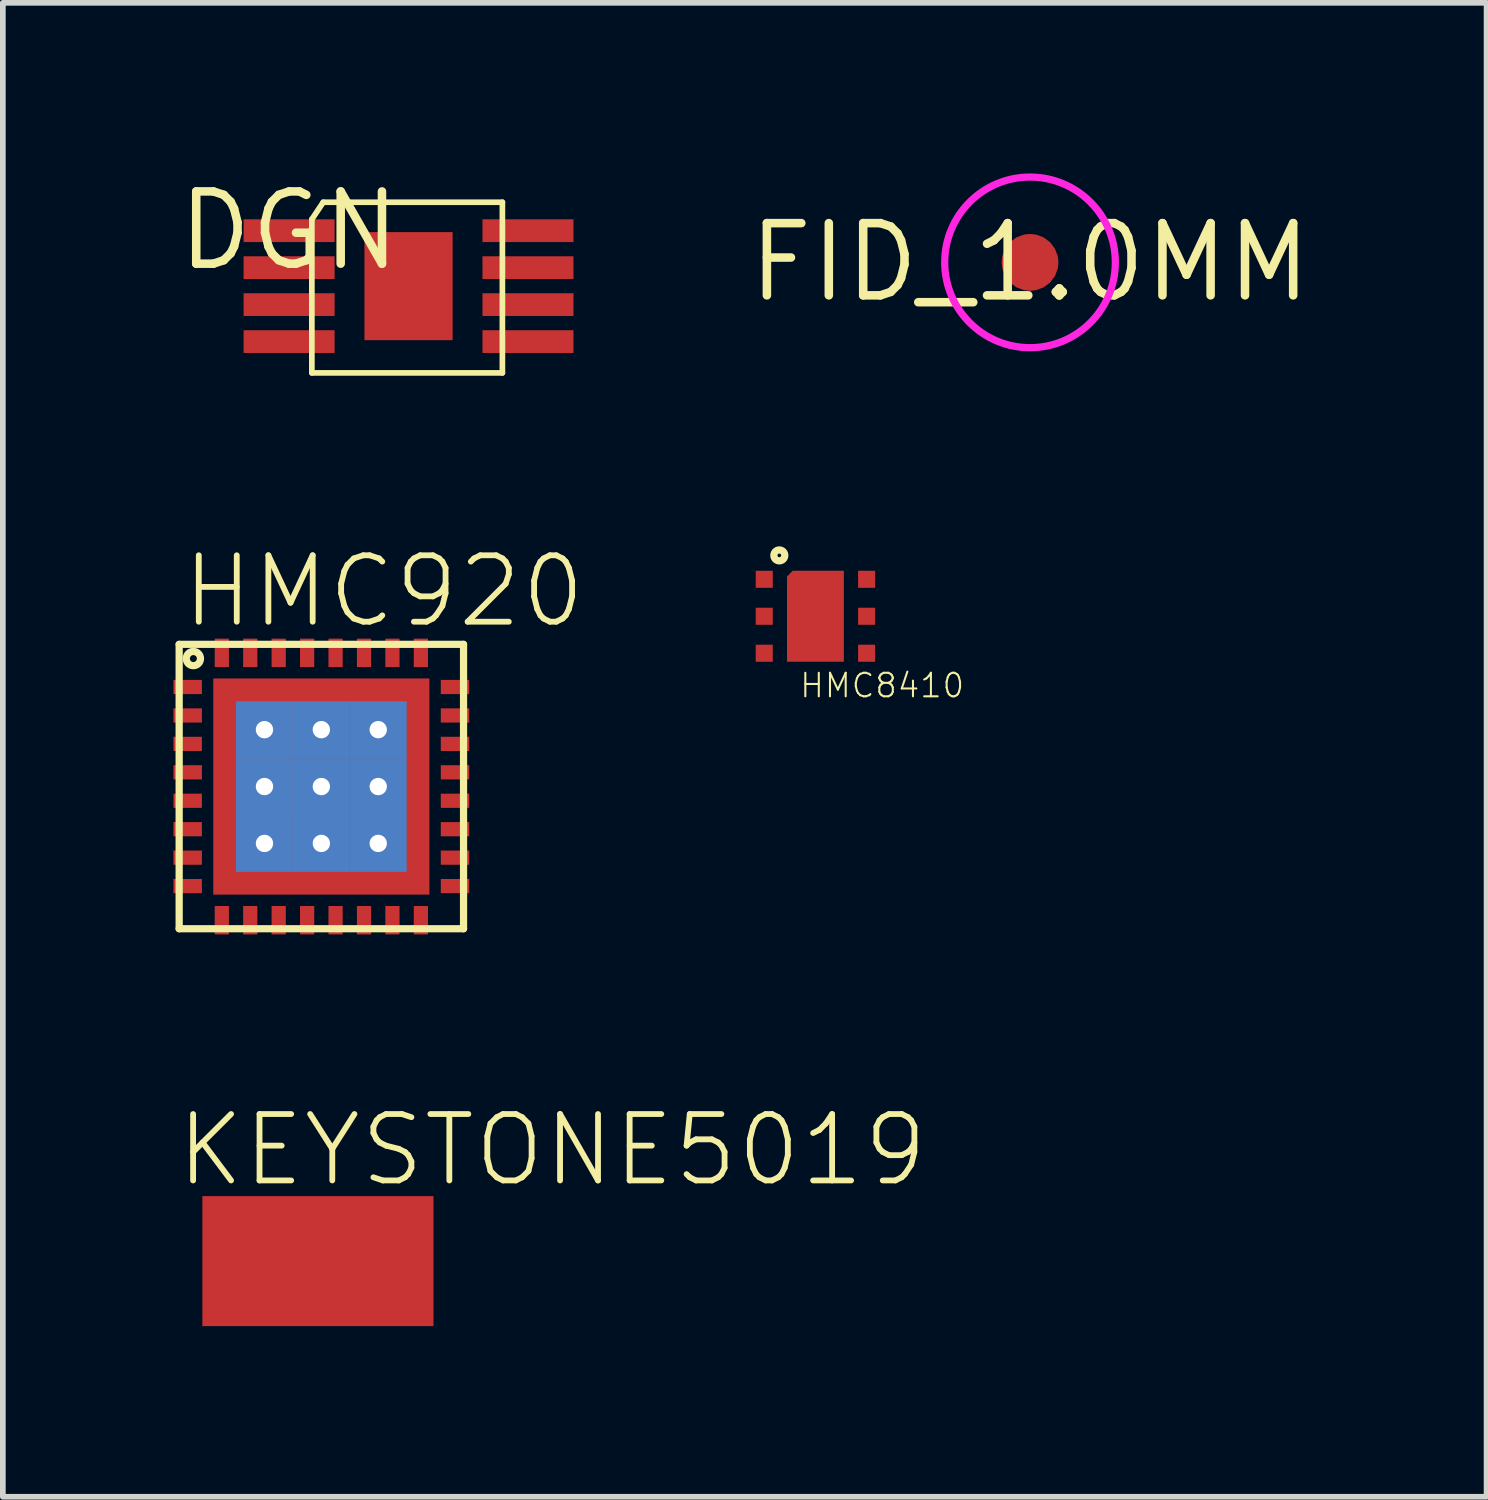
<source format=kicad_pcb>
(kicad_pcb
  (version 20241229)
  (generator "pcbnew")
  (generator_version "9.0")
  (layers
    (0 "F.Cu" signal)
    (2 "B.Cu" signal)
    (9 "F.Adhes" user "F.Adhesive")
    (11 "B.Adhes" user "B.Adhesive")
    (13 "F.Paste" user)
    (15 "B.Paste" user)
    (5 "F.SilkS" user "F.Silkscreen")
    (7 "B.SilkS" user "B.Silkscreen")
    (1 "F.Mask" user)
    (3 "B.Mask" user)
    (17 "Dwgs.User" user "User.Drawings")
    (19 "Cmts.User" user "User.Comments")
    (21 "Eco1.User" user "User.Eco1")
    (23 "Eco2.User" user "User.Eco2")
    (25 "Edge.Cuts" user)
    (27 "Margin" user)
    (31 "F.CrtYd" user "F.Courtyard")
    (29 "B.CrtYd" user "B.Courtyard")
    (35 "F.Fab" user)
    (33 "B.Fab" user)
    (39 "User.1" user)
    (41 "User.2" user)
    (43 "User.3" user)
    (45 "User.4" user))
  (footprint "DGN"
    (layer "F.Cu")
    (at 2.033 1.006)
    (property "Reference" "DGN" (at 0 0 0) (layer "F.SilkS") (effects (font (size 1.27 1.27) (thickness 0.15))))
    (fp_line (start 0.4 -0.2) (end 0.4 2.5) (stroke (width 0.1) (type solid)) (layer "F.SilkS"))
    (fp_line (start 0.4 2.5) (end 3.75 2.5) (stroke (width 0.1) (type solid)) (layer "F.SilkS"))
    (fp_line (start 0.6 -0.5) (end 0.4 -0.2) (stroke (width 0.1) (type solid)) (layer "F.SilkS"))
    (fp_line (start 3.75 -0.5) (end 0.6 -0.5) (stroke (width 0.1) (type solid)) (layer "F.SilkS"))
    (fp_line (start 3.75 2.5) (end 3.75 -0.5) (stroke (width 0.1) (type solid)) (layer "F.SilkS"))
    (pad "DNC" smd rect (at 4.2 0.65 270) (size 0.4 1.6) (layers "F.Cu" "F.Mask" "F.Paste"))
    (pad "EN" smd rect (at 4.2 1.95 270) (size 0.4 1.6) (layers "F.Cu" "F.Mask" "F.Paste"))
    (pad "FB" smd rect (at 0 0.65 270) (size 0.4 1.6) (layers "F.Cu" "F.Mask" "F.Paste"))
    (pad "GND" smd rect (at 2.1 0.975) (size 1.55 1.9) (layers "F.Cu" "F.Mask" "F.Paste"))
    (pad "GND1" smd rect (at 0 1.95 270) (size 0.4 1.6) (layers "F.Cu" "F.Mask" "F.Paste"))
    (pad "IN" smd rect (at 4.2 0 270) (size 0.4 1.6) (layers "F.Cu" "F.Mask" "F.Paste"))
    (pad "NC" smd rect (at 0 1.3 270) (size 0.4 1.6) (layers "F.Cu" "F.Mask" "F.Paste"))
    (pad "NR/SS" smd rect (at 4.2 1.3 270) (size 0.4 1.6) (layers "F.Cu" "F.Mask" "F.Paste"))
    (pad "OUT" smd rect (at 0 0 270) (size 0.4 1.6) (layers "F.Cu" "F.Mask" "F.Paste")))
  (footprint "KEYSTONE5019"
    (layer "F.Cu")
    (at 2.54 19.123)
    (property "Reference" "KEYSTONE5019" (at -2.54 -1.27 0) (layer "F.SilkS") (effects (font (size 1.168 1.168) (thickness 0.102)) (justify left bottom)))
    (pad "P$1" smd rect (at 0 0) (size 4.064 2.286) (layers "F.Cu" "F.Mask" "F.Paste")))
  (footprint "HMC920"
    (layer "F.Cu")
    (at 2.6 10.779)
    (property "Reference" "HMC920" (at -2.5 -2.75 0) (layer "F.SilkS") (effects (font (size 1.168 1.168) (thickness 0.102)) (justify left bottom)))
    (fp_line (start -2.5 -2.5) (end 2.5 -2.5) (stroke (width 0.127) (type solid)) (layer "F.SilkS"))
    (fp_line (start -2.5 2.5) (end -2.5 -2.5) (stroke (width 0.127) (type solid)) (layer "F.SilkS"))
    (fp_line (start 2.5 -2.5) (end 2.5 2.5) (stroke (width 0.127) (type solid)) (layer "F.SilkS"))
    (fp_line (start 2.5 2.5) (end -2.5 2.5) (stroke (width 0.127) (type solid)) (layer "F.SilkS"))
    (fp_circle (center -2.25 -2.25) (end -2.125 -2.25) (stroke (width 0.127) (type solid)) (fill no) (layer "F.SilkS"))
    (fp_poly (pts (xy -1.7 -1.15) (xy -1.15 -1.15) (xy -1.15 -1.7) (xy -1.7 -1.7)) (stroke (width 0) (type solid)) (fill yes) (layer "F.Paste"))
    (fp_poly (pts (xy -1.7 1.7) (xy -1.15 1.7) (xy -1.15 1.15) (xy -1.7 1.15)) (stroke (width 0) (type solid)) (fill yes) (layer "F.Paste"))
    (fp_poly (pts (xy -1 -0.25) (xy -1 -0.75) (xy -1.7 -0.75) (xy -1.7 -0.25)) (stroke (width 0) (type solid)) (fill yes) (layer "F.Paste"))
    (fp_poly (pts (xy -1 0.75) (xy -1 0.25) (xy -1.7 0.25) (xy -1.7 0.75)) (stroke (width 0) (type solid)) (fill yes) (layer "F.Paste"))
    (fp_poly (pts (xy -0.75 -1) (xy -0.25 -1) (xy -0.25 -1.7) (xy -0.75 -1.7)) (stroke (width 0) (type solid)) (fill yes) (layer "F.Paste"))
    (fp_poly (pts (xy -0.75 -0.75) (xy -0.75 -0.25) (xy -0.25 -0.25) (xy -0.25 -0.75)) (stroke (width 0) (type solid)) (fill yes) (layer "F.Paste"))
    (fp_poly (pts (xy -0.75 0.25) (xy -0.75 0.75) (xy -0.25 0.75) (xy -0.25 0.25)) (stroke (width 0) (type solid)) (fill yes) (layer "F.Paste"))
    (fp_poly (pts (xy -0.25 1) (xy -0.75 1) (xy -0.75 1.7) (xy -0.25 1.7)) (stroke (width 0) (type solid)) (fill yes) (layer "F.Paste"))
    (fp_poly (pts (xy 0.25 -1) (xy 0.75 -1) (xy 0.75 -1.7) (xy 0.25 -1.7)) (stroke (width 0) (type solid)) (fill yes) (layer "F.Paste"))
    (fp_poly (pts (xy 0.25 -0.75) (xy 0.25 -0.25) (xy 0.75 -0.25) (xy 0.75 -0.75)) (stroke (width 0) (type solid)) (fill yes) (layer "F.Paste"))
    (fp_poly (pts (xy 0.25 0.25) (xy 0.25 0.75) (xy 0.75 0.75) (xy 0.75 0.25)) (stroke (width 0) (type solid)) (fill yes) (layer "F.Paste"))
    (fp_poly (pts (xy 0.75 1) (xy 0.25 1) (xy 0.25 1.7) (xy 0.75 1.7)) (stroke (width 0) (type solid)) (fill yes) (layer "F.Paste"))
    (fp_poly (pts (xy 1.15 -1.15) (xy 1.7 -1.15) (xy 1.7 -1.7) (xy 1.15 -1.7)) (stroke (width 0) (type solid)) (fill yes) (layer "F.Paste"))
    (fp_poly (pts (xy 1.15 1.7) (xy 1.7 1.7) (xy 1.7 1.15) (xy 1.15 1.15)) (stroke (width 0) (type solid)) (fill yes) (layer "F.Paste"))
    (fp_poly (pts (xy 1.7 -0.25) (xy 1.7 -0.75) (xy 1 -0.75) (xy 1 -0.25)) (stroke (width 0) (type solid)) (fill yes) (layer "F.Paste"))
    (fp_poly (pts (xy 1.7 0.75) (xy 1.7 0.25) (xy 1 0.25) (xy 1 0.75)) (stroke (width 0) (type solid)) (fill yes) (layer "F.Paste"))
    (pad "1" smd rect (at -2.35 -1.75) (size 0.5 0.25) (layers "F.Cu" "F.Mask" "F.Paste"))
    (pad "2" smd rect (at -2.35 -1.25) (size 0.5 0.25) (layers "F.Cu" "F.Mask" "F.Paste"))
    (pad "3" smd rect (at -2.35 -0.75) (size 0.5 0.25) (layers "F.Cu" "F.Mask" "F.Paste"))
    (pad "4" smd rect (at -2.35 -0.25) (size 0.5 0.25) (layers "F.Cu" "F.Mask" "F.Paste"))
    (pad "5" smd rect (at -2.35 0.25) (size 0.5 0.25) (layers "F.Cu" "F.Mask" "F.Paste"))
    (pad "6" smd rect (at -2.35 0.75) (size 0.5 0.25) (layers "F.Cu" "F.Mask" "F.Paste"))
    (pad "7" smd rect (at -2.35 1.25) (size 0.5 0.25) (layers "F.Cu" "F.Mask" "F.Paste"))
    (pad "8" smd rect (at -2.35 1.75) (size 0.5 0.25) (layers "F.Cu" "F.Mask" "F.Paste"))
    (pad "9" smd rect (at -1.75 2.35 90) (size 0.5 0.25) (layers "F.Cu" "F.Mask" "F.Paste"))
    (pad "10" smd rect (at -1.25 2.35 90) (size 0.5 0.25) (layers "F.Cu" "F.Mask" "F.Paste"))
    (pad "11" smd rect (at -0.75 2.35 90) (size 0.5 0.25) (layers "F.Cu" "F.Mask" "F.Paste"))
    (pad "12" smd rect (at -0.25 2.35 90) (size 0.5 0.25) (layers "F.Cu" "F.Mask" "F.Paste"))
    (pad "13" smd rect (at 0.25 2.35 90) (size 0.5 0.25) (layers "F.Cu" "F.Mask" "F.Paste"))
    (pad "14" smd rect (at 0.75 2.35 90) (size 0.5 0.25) (layers "F.Cu" "F.Mask" "F.Paste"))
    (pad "15" smd rect (at 1.25 2.35 90) (size 0.5 0.25) (layers "F.Cu" "F.Mask" "F.Paste"))
    (pad "16" smd rect (at 1.75 2.35 90) (size 0.5 0.25) (layers "F.Cu" "F.Mask" "F.Paste"))
    (pad "17" smd rect (at 2.35 1.75 180) (size 0.5 0.25) (layers "F.Cu" "F.Mask" "F.Paste"))
    (pad "18" smd rect (at 2.35 1.25 180) (size 0.5 0.25) (layers "F.Cu" "F.Mask" "F.Paste"))
    (pad "19" smd rect (at 2.35 0.75 180) (size 0.5 0.25) (layers "F.Cu" "F.Mask" "F.Paste"))
    (pad "20" smd rect (at 2.35 0.25 180) (size 0.5 0.25) (layers "F.Cu" "F.Mask" "F.Paste"))
    (pad "21" smd rect (at 2.35 -0.25 180) (size 0.5 0.25) (layers "F.Cu" "F.Mask" "F.Paste"))
    (pad "22" smd rect (at 2.35 -0.75 180) (size 0.5 0.25) (layers "F.Cu" "F.Mask" "F.Paste"))
    (pad "23" smd rect (at 2.35 -1.25 180) (size 0.5 0.25) (layers "F.Cu" "F.Mask" "F.Paste"))
    (pad "24" smd rect (at 2.35 -1.75 180) (size 0.5 0.25) (layers "F.Cu" "F.Mask" "F.Paste"))
    (pad "25" smd rect (at 1.75 -2.35 90) (size 0.5 0.25) (layers "F.Cu" "F.Mask" "F.Paste"))
    (pad "26" smd rect (at 1.25 -2.35 90) (size 0.5 0.25) (layers "F.Cu" "F.Mask" "F.Paste"))
    (pad "27" smd rect (at 0.75 -2.35 90) (size 0.5 0.25) (layers "F.Cu" "F.Mask" "F.Paste"))
    (pad "28" smd rect (at 0.25 -2.35 90) (size 0.5 0.25) (layers "F.Cu" "F.Mask" "F.Paste"))
    (pad "29" smd rect (at -0.25 -2.35 90) (size 0.5 0.25) (layers "F.Cu" "F.Mask" "F.Paste"))
    (pad "30" smd rect (at -0.75 -2.35 90) (size 0.5 0.25) (layers "F.Cu" "F.Mask" "F.Paste"))
    (pad "31" smd rect (at -1.25 -2.35 90) (size 0.5 0.25) (layers "F.Cu" "F.Mask" "F.Paste"))
    (pad "32" smd rect (at -1.75 -2.35 90) (size 0.5 0.25) (layers "F.Cu" "F.Mask" "F.Paste"))
    (pad "33" smd rect (at 0 0) (size 3.8 3.8) (layers "F.Cu" "F.Mask"))
    (pad "34" thru_hole rect (at 0 0) (size 1 1) (drill 0.305) (layers "*.Cu"))
    (pad "35" thru_hole rect (at 0 -1) (size 1 1) (drill 0.305) (layers "*.Cu"))
    (pad "36" thru_hole rect (at -1 -1) (size 1 1) (drill 0.305) (layers "*.Cu"))
    (pad "37" thru_hole rect (at -1 0) (size 1 1) (drill 0.305) (layers "*.Cu"))
    (pad "38" thru_hole rect (at -1 1) (size 1 1) (drill 0.305) (layers "*.Cu"))
    (pad "39" thru_hole rect (at 0 1) (size 1 1) (drill 0.305) (layers "*.Cu"))
    (pad "40" thru_hole rect (at 1 1) (size 1 1) (drill 0.305) (layers "*.Cu"))
    (pad "41" thru_hole rect (at 1 0) (size 1 1) (drill 0.305) (layers "*.Cu"))
    (pad "42" thru_hole rect (at 1 -1) (size 1 1) (drill 0.305) (layers "*.Cu")))
  (footprint "HMC8410"
    (layer "F.Cu")
    (at 11.287 7.785)
    (property "Reference" "HMC8410" (at -0.3 1.46 0) (layer "F.SilkS") (effects (font (size 0.414 0.414) (thickness 0.036)) (justify left bottom)))
    (fp_poly (pts (xy 0.5 0.8) (xy -0.5 0.8) (xy -0.5 -0.7) (xy -0.4 -0.8) (xy 0.5 -0.8)) (stroke (width 0) (type solid)) (fill yes) (layer "F.Cu"))
    (fp_poly (pts (xy 0.5 0.8) (xy -0.5 0.8) (xy -0.5 -0.7) (xy -0.4 -0.8) (xy 0.5 -0.8)) (stroke (width 0) (type solid)) (fill yes) (layer "F.Mask"))
    (fp_circle (center -0.635 -1.07) (end -0.539 -1.07) (stroke (width 0.127) (type solid)) (fill no) (layer "F.SilkS"))
    (fp_poly (pts (xy 0.3 0.6) (xy -0.3 0.6) (xy -0.3 -0.6) (xy 0.3 -0.6)) (stroke (width 0) (type solid)) (fill yes) (layer "F.Paste"))
    (pad "P$1" smd rect (at -0.9 -0.65) (size 0.3 0.3) (layers "F.Cu" "F.Mask" "F.Paste"))
    (pad "P$2" smd rect (at -0.9 0) (size 0.3 0.3) (layers "F.Cu" "F.Mask" "F.Paste"))
    (pad "P$3" smd rect (at -0.9 0.65) (size 0.3 0.3) (layers "F.Cu" "F.Mask" "F.Paste"))
    (pad "P$4" smd rect (at 0.9 0.65 180) (size 0.3 0.3) (layers "F.Cu" "F.Mask" "F.Paste"))
    (pad "P$5" smd rect (at 0.9 0 180) (size 0.3 0.3) (layers "F.Cu" "F.Mask" "F.Paste"))
    (pad "P$6" smd rect (at 0.9 -0.65 180) (size 0.3 0.3) (layers "F.Cu" "F.Mask" "F.Paste"))
    (pad "P$7" smd rect (at 0 0 270) (size 0.254 0.254) (layers "F.Cu")))
  (footprint "FID_1.0MM"
    (layer "F.Cu")
    (at 15.06 1.563)
    (property "Reference" "FID_1.0MM" (at 0 0 0) (layer "F.SilkS") (effects (font (size 1.27 1.27) (thickness 0.15))))
    (fp_circle (center 0 0) (end 0.75 0) (stroke (width 1.5) (type solid)) (fill no) (layer "F.Mask"))
    (fp_circle (center 0 0) (end 1.5 0) (stroke (width 0.127) (type solid)) (fill no) (layer "F.CrtYd"))
    (pad "FID" smd roundrect (at 0 0) (size 1 1) (layers "F.Cu" "F.Mask") (roundrect_rratio 0.5))
    (zone (net_name "") (layer "F.Cu") (hatch edge 0.508) (connect_pads) (min_thickness 0.254) (filled_areas_thickness no) (keepout (tracks not_allowed) (vias not_allowed) (pads not_allowed) (copperpour not_allowed) (footprints allowed)) (placement (enabled no)) (fill) (polygon (pts (xy 16.56 1.563) (xy 16.537 1.303) (xy 16.47 1.05) (xy 16.359 0.814) (xy 16.209 0.599) (xy 16.024 0.414) (xy 15.81 0.264) (xy 15.573 0.154) (xy 15.321 0.086) (xy 15.06 0.064) (xy 14.8 0.086) (xy 14.547 0.154) (xy 14.31 0.264) (xy 14.096 0.414) (xy 13.911 0.599) (xy 13.761 0.814) (xy 13.651 1.05) (xy 13.583 1.303) (xy 13.56 1.563) (xy 13.583 1.824) (xy 13.651 2.077) (xy 13.761 2.313) (xy 13.911 2.528) (xy 14.096 2.713) (xy 14.31 2.863) (xy 14.547 2.973) (xy 14.8 3.041) (xy 15.06 3.063) (xy 15.321 3.041) (xy 15.573 2.973) (xy 15.81 2.863) (xy 16.024 2.713) (xy 16.209 2.528) (xy 16.359 2.313) (xy 16.47 2.077) (xy 16.537 1.824))) (polygon (pts (xy 15.06 1.563)))))
  (gr_rect
    (start -3 -3)
    (end 23.087 23.266)
    (stroke (width 0.1) (type default))
    (fill no)
    (layer "Edge.Cuts")))
</source>
